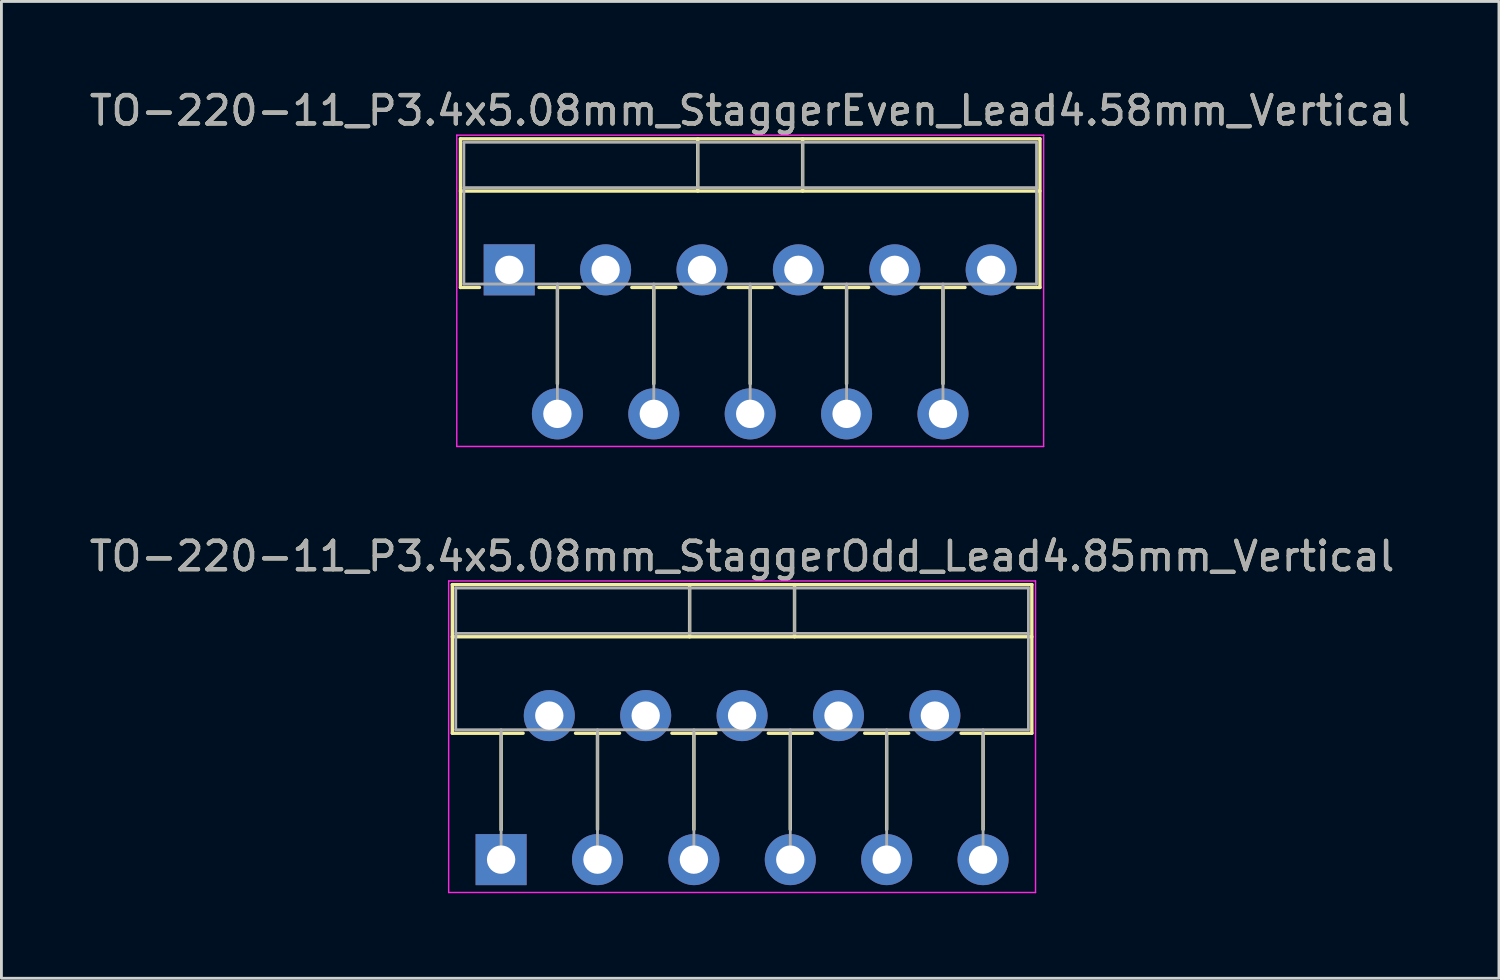
<source format=kicad_pcb>
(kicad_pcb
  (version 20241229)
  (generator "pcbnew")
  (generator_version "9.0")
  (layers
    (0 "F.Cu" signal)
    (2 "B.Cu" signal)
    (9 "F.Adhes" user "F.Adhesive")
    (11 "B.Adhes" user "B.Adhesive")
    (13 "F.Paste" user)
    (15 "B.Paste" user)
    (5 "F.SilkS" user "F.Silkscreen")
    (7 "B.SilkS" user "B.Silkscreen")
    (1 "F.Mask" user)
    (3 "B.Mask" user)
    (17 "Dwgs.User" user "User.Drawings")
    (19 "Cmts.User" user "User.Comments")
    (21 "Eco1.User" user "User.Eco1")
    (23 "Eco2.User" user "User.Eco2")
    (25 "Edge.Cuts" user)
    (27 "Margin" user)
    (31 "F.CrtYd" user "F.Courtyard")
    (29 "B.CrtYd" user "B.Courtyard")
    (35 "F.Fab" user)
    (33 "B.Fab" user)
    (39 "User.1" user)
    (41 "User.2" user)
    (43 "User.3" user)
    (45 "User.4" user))
  (footprint "TO-220-11_P3.4x5.08mm_StaggerOdd_Lead4.85mm_Vertical"
    (layer "F.Cu")
    (at 14.625 27.271)
    (property "Reference" "TO-220-11_P3.4x5.08mm_StaggerOdd_Lead4.85mm_Vertical" (at 8.5 -10.7 0) (layer "F.SilkS") (effects (font (size 1 1) (thickness 0.15))))
    (attr through_hole)
    (fp_line (start -1.72 -9.7) (end -1.72 -4.459) (stroke (width 0.12) (type solid)) (layer "F.SilkS"))
    (fp_line (start -1.72 -9.7) (end 18.72 -9.7) (stroke (width 0.12) (type solid)) (layer "F.SilkS"))
    (fp_line (start -1.72 -7.86) (end 18.72 -7.86) (stroke (width 0.12) (type solid)) (layer "F.SilkS"))
    (fp_line (start -1.72 -4.459) (end 0.776 -4.459) (stroke (width 0.12) (type solid)) (layer "F.SilkS"))
    (fp_line (start 0 -4.459) (end 0 -1.05) (stroke (width 0.12) (type solid)) (layer "F.SilkS"))
    (fp_line (start 2.625 -4.459) (end 4.176 -4.459) (stroke (width 0.12) (type solid)) (layer "F.SilkS"))
    (fp_line (start 3.4 -4.459) (end 3.4 -1.065) (stroke (width 0.12) (type solid)) (layer "F.SilkS"))
    (fp_line (start 6.025 -4.459) (end 7.576 -4.459) (stroke (width 0.12) (type solid)) (layer "F.SilkS"))
    (fp_line (start 6.65 -9.7) (end 6.65 -7.86) (stroke (width 0.12) (type solid)) (layer "F.SilkS"))
    (fp_line (start 6.8 -4.459) (end 6.8 -1.065) (stroke (width 0.12) (type solid)) (layer "F.SilkS"))
    (fp_line (start 9.425 -4.459) (end 10.976 -4.459) (stroke (width 0.12) (type solid)) (layer "F.SilkS"))
    (fp_line (start 10.2 -4.459) (end 10.2 -1.065) (stroke (width 0.12) (type solid)) (layer "F.SilkS"))
    (fp_line (start 10.35 -9.7) (end 10.35 -7.86) (stroke (width 0.12) (type solid)) (layer "F.SilkS"))
    (fp_line (start 12.825 -4.459) (end 14.376 -4.459) (stroke (width 0.12) (type solid)) (layer "F.SilkS"))
    (fp_line (start 13.6 -4.459) (end 13.6 -1.065) (stroke (width 0.12) (type solid)) (layer "F.SilkS"))
    (fp_line (start 16.225 -4.459) (end 18.72 -4.459) (stroke (width 0.12) (type solid)) (layer "F.SilkS"))
    (fp_line (start 17 -4.459) (end 17 -1.065) (stroke (width 0.12) (type solid)) (layer "F.SilkS"))
    (fp_line (start 18.72 -9.7) (end 18.72 -4.459) (stroke (width 0.12) (type solid)) (layer "F.SilkS"))
    (fp_line (start -1.85 -9.83) (end -1.85 1.16) (stroke (width 0.05) (type solid)) (layer "F.CrtYd"))
    (fp_line (start -1.85 1.16) (end 18.85 1.16) (stroke (width 0.05) (type solid)) (layer "F.CrtYd"))
    (fp_line (start 18.85 -9.83) (end -1.85 -9.83) (stroke (width 0.05) (type solid)) (layer "F.CrtYd"))
    (fp_line (start 18.85 1.16) (end 18.85 -9.83) (stroke (width 0.05) (type solid)) (layer "F.CrtYd"))
    (fp_line (start -1.6 -9.58) (end -1.6 -4.58) (stroke (width 0.1) (type solid)) (layer "F.Fab"))
    (fp_line (start -1.6 -7.98) (end 18.6 -7.98) (stroke (width 0.1) (type solid)) (layer "F.Fab"))
    (fp_line (start -1.6 -4.58) (end 18.6 -4.58) (stroke (width 0.1) (type solid)) (layer "F.Fab"))
    (fp_line (start 0 -4.58) (end 0 0) (stroke (width 0.1) (type solid)) (layer "F.Fab"))
    (fp_line (start 3.4 -4.58) (end 3.4 0) (stroke (width 0.1) (type solid)) (layer "F.Fab"))
    (fp_line (start 6.65 -9.58) (end 6.65 -7.98) (stroke (width 0.1) (type solid)) (layer "F.Fab"))
    (fp_line (start 6.8 -4.58) (end 6.8 0) (stroke (width 0.1) (type solid)) (layer "F.Fab"))
    (fp_line (start 10.2 -4.58) (end 10.2 0) (stroke (width 0.1) (type solid)) (layer "F.Fab"))
    (fp_line (start 10.35 -9.58) (end 10.35 -7.98) (stroke (width 0.1) (type solid)) (layer "F.Fab"))
    (fp_line (start 13.6 -4.58) (end 13.6 0) (stroke (width 0.1) (type solid)) (layer "F.Fab"))
    (fp_line (start 17 -4.58) (end 17 0) (stroke (width 0.1) (type solid)) (layer "F.Fab"))
    (fp_line (start 18.6 -9.58) (end -1.6 -9.58) (stroke (width 0.1) (type solid)) (layer "F.Fab"))
    (fp_line (start 18.6 -4.58) (end 18.6 -9.58) (stroke (width 0.1) (type solid)) (layer "F.Fab"))
    (fp_text user "${REFERENCE}" (at 8.5 -10.7 0) (layer "F.Fab") (effects (font (size 1 1) (thickness 0.15))))
    (pad "1" thru_hole rect (at 0 0) (size 1.8 1.8) (drill 1) (layers "*.Cu" "*.Mask"))
    (pad "2" thru_hole oval (at 1.7 -5.08) (size 1.8 1.8) (drill 1) (layers "*.Cu" "*.Mask"))
    (pad "3" thru_hole oval (at 3.4 0) (size 1.8 1.8) (drill 1) (layers "*.Cu" "*.Mask"))
    (pad "4" thru_hole oval (at 5.1 -5.08) (size 1.8 1.8) (drill 1) (layers "*.Cu" "*.Mask"))
    (pad "5" thru_hole oval (at 6.8 0) (size 1.8 1.8) (drill 1) (layers "*.Cu" "*.Mask"))
    (pad "6" thru_hole oval (at 8.5 -5.08) (size 1.8 1.8) (drill 1) (layers "*.Cu" "*.Mask"))
    (pad "7" thru_hole oval (at 10.2 0) (size 1.8 1.8) (drill 1) (layers "*.Cu" "*.Mask"))
    (pad "8" thru_hole oval (at 11.9 -5.08) (size 1.8 1.8) (drill 1) (layers "*.Cu" "*.Mask"))
    (pad "9" thru_hole oval (at 13.6 0) (size 1.8 1.8) (drill 1) (layers "*.Cu" "*.Mask"))
    (pad "10" thru_hole oval (at 15.3 -5.08) (size 1.8 1.8) (drill 1) (layers "*.Cu" "*.Mask"))
    (pad "11" thru_hole oval (at 17 0) (size 1.8 1.8) (drill 1) (layers "*.Cu" "*.Mask")))
  (footprint "TO-220-11_P3.4x5.08mm_StaggerEven_Lead4.58mm_Vertical"
    (layer "F.Cu")
    (at 14.911 6.468)
    (property "Reference" "TO-220-11_P3.4x5.08mm_StaggerEven_Lead4.58mm_Vertical" (at 8.5 -5.62 0) (layer "F.SilkS") (effects (font (size 1 1) (thickness 0.15))))
    (attr through_hole)
    (fp_line (start -1.72 -4.62) (end -1.72 0.621) (stroke (width 0.12) (type solid)) (layer "F.SilkS"))
    (fp_line (start -1.72 -4.62) (end 18.72 -4.62) (stroke (width 0.12) (type solid)) (layer "F.SilkS"))
    (fp_line (start -1.72 -2.78) (end 18.72 -2.78) (stroke (width 0.12) (type solid)) (layer "F.SilkS"))
    (fp_line (start -1.72 0.621) (end -1.05 0.621) (stroke (width 0.12) (type solid)) (layer "F.SilkS"))
    (fp_line (start 1.05 0.621) (end 2.476 0.621) (stroke (width 0.12) (type solid)) (layer "F.SilkS"))
    (fp_line (start 1.7 0.621) (end 1.7 4.015) (stroke (width 0.12) (type solid)) (layer "F.SilkS"))
    (fp_line (start 4.325 0.621) (end 5.876 0.621) (stroke (width 0.12) (type solid)) (layer "F.SilkS"))
    (fp_line (start 5.1 0.621) (end 5.1 4.015) (stroke (width 0.12) (type solid)) (layer "F.SilkS"))
    (fp_line (start 6.65 -4.62) (end 6.65 -2.78) (stroke (width 0.12) (type solid)) (layer "F.SilkS"))
    (fp_line (start 7.725 0.621) (end 9.276 0.621) (stroke (width 0.12) (type solid)) (layer "F.SilkS"))
    (fp_line (start 8.5 0.621) (end 8.5 4.015) (stroke (width 0.12) (type solid)) (layer "F.SilkS"))
    (fp_line (start 10.35 -4.62) (end 10.35 -2.78) (stroke (width 0.12) (type solid)) (layer "F.SilkS"))
    (fp_line (start 11.125 0.621) (end 12.676 0.621) (stroke (width 0.12) (type solid)) (layer "F.SilkS"))
    (fp_line (start 11.9 0.621) (end 11.9 4.015) (stroke (width 0.12) (type solid)) (layer "F.SilkS"))
    (fp_line (start 14.525 0.621) (end 16.076 0.621) (stroke (width 0.12) (type solid)) (layer "F.SilkS"))
    (fp_line (start 15.3 0.621) (end 15.3 4.015) (stroke (width 0.12) (type solid)) (layer "F.SilkS"))
    (fp_line (start 17.925 0.621) (end 18.72 0.621) (stroke (width 0.12) (type solid)) (layer "F.SilkS"))
    (fp_line (start 18.72 -4.62) (end 18.72 0.621) (stroke (width 0.12) (type solid)) (layer "F.SilkS"))
    (fp_line (start -1.85 -4.75) (end -1.85 6.23) (stroke (width 0.05) (type solid)) (layer "F.CrtYd"))
    (fp_line (start -1.85 6.23) (end 18.85 6.23) (stroke (width 0.05) (type solid)) (layer "F.CrtYd"))
    (fp_line (start 18.85 -4.75) (end -1.85 -4.75) (stroke (width 0.05) (type solid)) (layer "F.CrtYd"))
    (fp_line (start 18.85 6.23) (end 18.85 -4.75) (stroke (width 0.05) (type solid)) (layer "F.CrtYd"))
    (fp_line (start -1.6 -4.5) (end -1.6 0.5) (stroke (width 0.1) (type solid)) (layer "F.Fab"))
    (fp_line (start -1.6 -2.9) (end 18.6 -2.9) (stroke (width 0.1) (type solid)) (layer "F.Fab"))
    (fp_line (start -1.6 0.5) (end 18.6 0.5) (stroke (width 0.1) (type solid)) (layer "F.Fab"))
    (fp_line (start 1.7 0.5) (end 1.7 5.08) (stroke (width 0.1) (type solid)) (layer "F.Fab"))
    (fp_line (start 5.1 0.5) (end 5.1 5.08) (stroke (width 0.1) (type solid)) (layer "F.Fab"))
    (fp_line (start 6.65 -4.5) (end 6.65 -2.9) (stroke (width 0.1) (type solid)) (layer "F.Fab"))
    (fp_line (start 8.5 0.5) (end 8.5 5.08) (stroke (width 0.1) (type solid)) (layer "F.Fab"))
    (fp_line (start 10.35 -4.5) (end 10.35 -2.9) (stroke (width 0.1) (type solid)) (layer "F.Fab"))
    (fp_line (start 11.9 0.5) (end 11.9 5.08) (stroke (width 0.1) (type solid)) (layer "F.Fab"))
    (fp_line (start 15.3 0.5) (end 15.3 5.08) (stroke (width 0.1) (type solid)) (layer "F.Fab"))
    (fp_line (start 18.6 -4.5) (end -1.6 -4.5) (stroke (width 0.1) (type solid)) (layer "F.Fab"))
    (fp_line (start 18.6 0.5) (end 18.6 -4.5) (stroke (width 0.1) (type solid)) (layer "F.Fab"))
    (fp_text user "${REFERENCE}" (at 8.5 -5.62 0) (layer "F.Fab") (effects (font (size 1 1) (thickness 0.15))))
    (pad "1" thru_hole rect (at 0 0) (size 1.8 1.8) (drill 1) (layers "*.Cu" "*.Mask"))
    (pad "2" thru_hole oval (at 1.7 5.08) (size 1.8 1.8) (drill 1) (layers "*.Cu" "*.Mask"))
    (pad "3" thru_hole oval (at 3.4 0) (size 1.8 1.8) (drill 1) (layers "*.Cu" "*.Mask"))
    (pad "4" thru_hole oval (at 5.1 5.08) (size 1.8 1.8) (drill 1) (layers "*.Cu" "*.Mask"))
    (pad "5" thru_hole oval (at 6.8 0) (size 1.8 1.8) (drill 1) (layers "*.Cu" "*.Mask"))
    (pad "6" thru_hole oval (at 8.5 5.08) (size 1.8 1.8) (drill 1) (layers "*.Cu" "*.Mask"))
    (pad "7" thru_hole oval (at 10.2 0) (size 1.8 1.8) (drill 1) (layers "*.Cu" "*.Mask"))
    (pad "8" thru_hole oval (at 11.9 5.08) (size 1.8 1.8) (drill 1) (layers "*.Cu" "*.Mask"))
    (pad "9" thru_hole oval (at 13.6 0) (size 1.8 1.8) (drill 1) (layers "*.Cu" "*.Mask"))
    (pad "10" thru_hole oval (at 15.3 5.08) (size 1.8 1.8) (drill 1) (layers "*.Cu" "*.Mask"))
    (pad "11" thru_hole oval (at 17 0) (size 1.8 1.8) (drill 1) (layers "*.Cu" "*.Mask")))
  (gr_rect
    (start -3 -3)
    (end 49.821 31.456)
    (stroke (width 0.1) (type default))
    (fill no)
    (layer "Edge.Cuts")))
</source>
